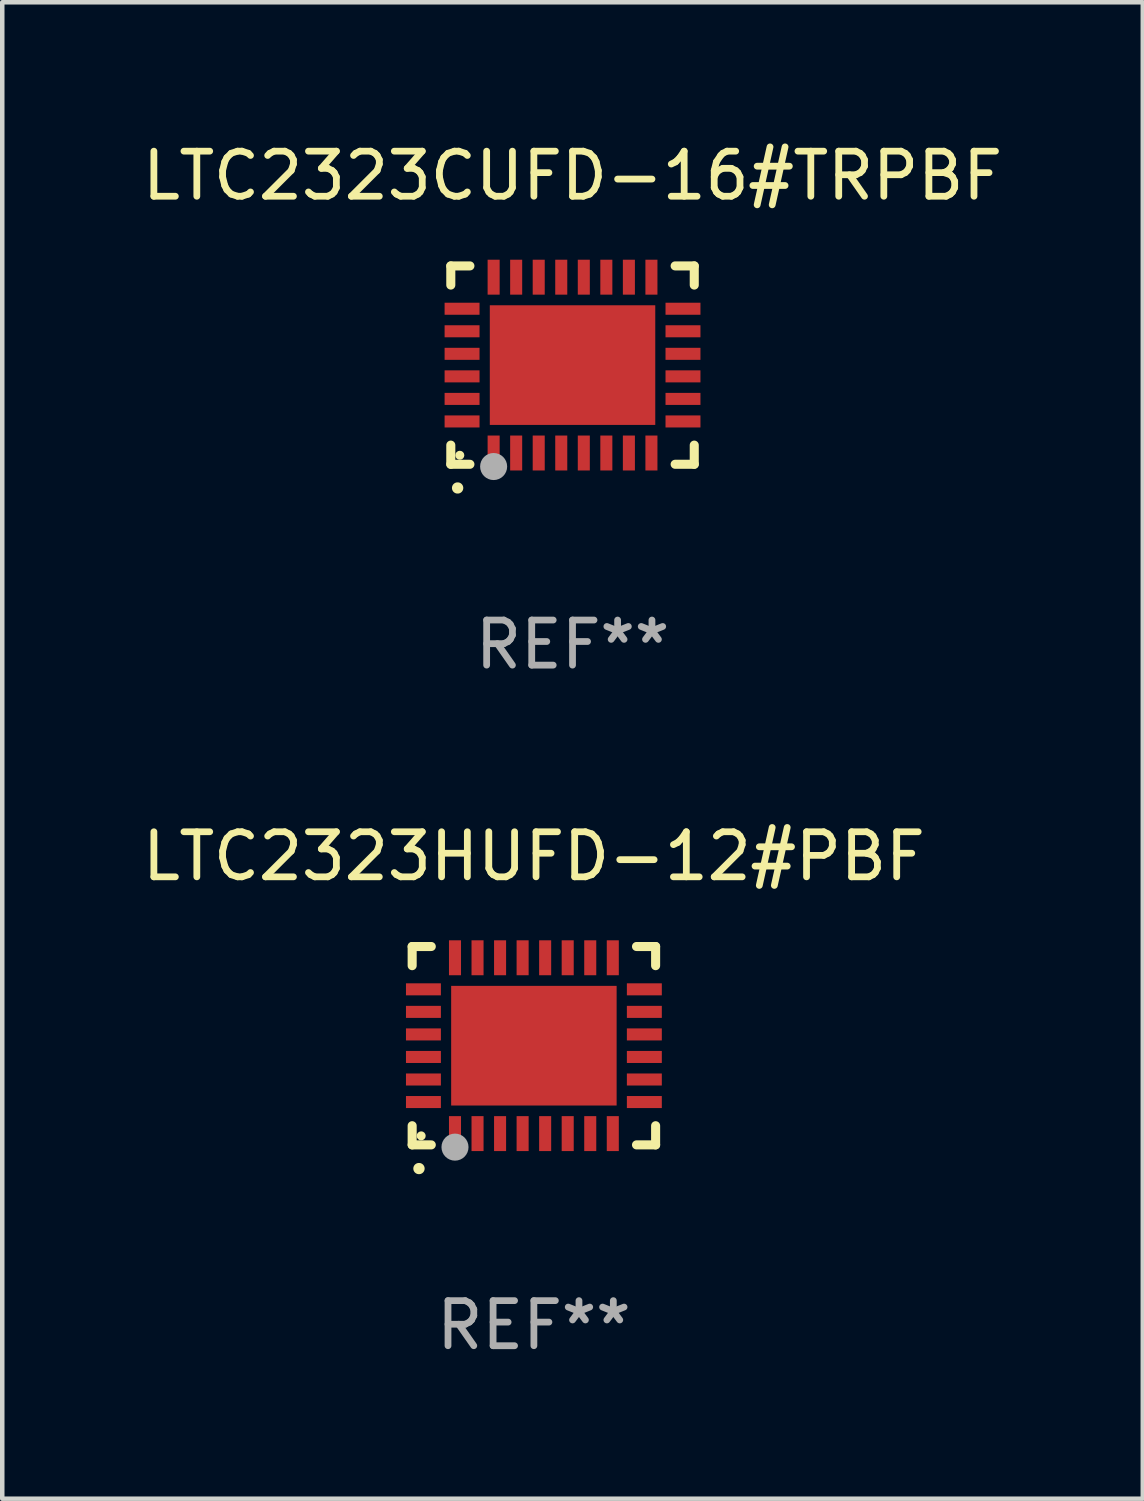
<source format=kicad_pcb>
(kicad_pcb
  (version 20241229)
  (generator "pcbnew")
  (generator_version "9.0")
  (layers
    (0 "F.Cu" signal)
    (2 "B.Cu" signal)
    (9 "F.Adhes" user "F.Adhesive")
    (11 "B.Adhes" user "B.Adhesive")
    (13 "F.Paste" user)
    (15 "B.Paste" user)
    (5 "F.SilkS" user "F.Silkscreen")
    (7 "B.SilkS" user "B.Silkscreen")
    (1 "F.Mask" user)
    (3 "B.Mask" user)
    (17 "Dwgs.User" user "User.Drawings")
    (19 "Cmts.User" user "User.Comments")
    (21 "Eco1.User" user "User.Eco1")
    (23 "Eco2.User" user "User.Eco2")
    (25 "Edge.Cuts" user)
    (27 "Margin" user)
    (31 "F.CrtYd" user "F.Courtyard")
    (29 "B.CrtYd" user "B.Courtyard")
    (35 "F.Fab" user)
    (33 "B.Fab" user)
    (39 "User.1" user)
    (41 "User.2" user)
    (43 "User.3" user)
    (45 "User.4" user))
  (footprint "LTC2323CUFD-16#TRPBF"
    (layer "F.Cu")
    (at 9.649 5.048)
    (property "Reference" "LTC2323CUFD-16#TRPBF" (at 0 -4.2 0) (layer "F.SilkS") (effects (font (size 1 1) (thickness 0.15))))
    (attr through_hole)
    (fp_line (start -2.7 -2.2) (end -2.276 -2.2) (stroke (width 0.201) (type solid)) (layer "F.SilkS"))
    (fp_line (start -2.7 -1.775) (end -2.7 -2.2) (stroke (width 0.201) (type solid)) (layer "F.SilkS"))
    (fp_line (start -2.7 2.2) (end -2.7 1.775) (stroke (width 0.201) (type solid)) (layer "F.SilkS"))
    (fp_line (start -2.276 2.2) (end -2.7 2.2) (stroke (width 0.201) (type solid)) (layer "F.SilkS"))
    (fp_line (start 2.276 2.2) (end 2.7 2.2) (stroke (width 0.201) (type solid)) (layer "F.SilkS"))
    (fp_line (start 2.7 -2.2) (end 2.276 -2.2) (stroke (width 0.201) (type solid)) (layer "F.SilkS"))
    (fp_line (start 2.7 -1.775) (end 2.7 -2.2) (stroke (width 0.201) (type solid)) (layer "F.SilkS"))
    (fp_line (start 2.7 2.2) (end 2.7 1.775) (stroke (width 0.201) (type solid)) (layer "F.SilkS"))
    (fp_arc (start -2.550165 2.725425) (mid -2.548895 2.725419) (end -2.547625 2.725425) (stroke (width 0.24892) (type solid)) (layer "F.SilkS"))
    (fp_circle (center -2.5 2) (end -2.45 2) (stroke (width 0.1) (type solid)) (fill no) (layer "F.SilkS"))
    (fp_circle (center -1.75 2.25) (end -1.6 2.25) (stroke (width 0.3) (type solid)) (fill no) (layer "F.Fab"))
    (fp_text user "REF**" (at 0 6.2 0) (layer "F.Fab") (effects (font (size 1 1) (thickness 0.15))))
    (pad "1" smd rect (at -1.75 1.95) (size 0.267 0.775) (layers "F.Cu" "F.Mask" "F.Paste"))
    (pad "2" smd rect (at -1.25 1.95) (size 0.267 0.775) (layers "F.Cu" "F.Mask" "F.Paste"))
    (pad "3" smd rect (at -0.75 1.95) (size 0.267 0.775) (layers "F.Cu" "F.Mask" "F.Paste"))
    (pad "4" smd rect (at -0.25 1.95) (size 0.267 0.775) (layers "F.Cu" "F.Mask" "F.Paste"))
    (pad "5" smd rect (at 0.25 1.95) (size 0.267 0.775) (layers "F.Cu" "F.Mask" "F.Paste"))
    (pad "6" smd rect (at 0.75 1.95) (size 0.267 0.775) (layers "F.Cu" "F.Mask" "F.Paste"))
    (pad "7" smd rect (at 1.25 1.95) (size 0.267 0.775) (layers "F.Cu" "F.Mask" "F.Paste"))
    (pad "8" smd rect (at 1.75 1.95) (size 0.267 0.775) (layers "F.Cu" "F.Mask" "F.Paste"))
    (pad "9" smd rect (at 2.45 1.25) (size 0.775 0.267) (layers "F.Cu" "F.Mask" "F.Paste"))
    (pad "10" smd rect (at 2.45 0.75) (size 0.775 0.267) (layers "F.Cu" "F.Mask" "F.Paste"))
    (pad "11" smd rect (at 2.45 0.25) (size 0.775 0.267) (layers "F.Cu" "F.Mask" "F.Paste"))
    (pad "12" smd rect (at 2.45 -0.25) (size 0.775 0.267) (layers "F.Cu" "F.Mask" "F.Paste"))
    (pad "13" smd rect (at 2.45 -0.75) (size 0.775 0.267) (layers "F.Cu" "F.Mask" "F.Paste"))
    (pad "14" smd rect (at 2.45 -1.25) (size 0.775 0.267) (layers "F.Cu" "F.Mask" "F.Paste"))
    (pad "15" smd rect (at 1.75 -1.95) (size 0.267 0.775) (layers "F.Cu" "F.Mask" "F.Paste"))
    (pad "16" smd rect (at 1.25 -1.95) (size 0.267 0.775) (layers "F.Cu" "F.Mask" "F.Paste"))
    (pad "17" smd rect (at 0.75 -1.95) (size 0.267 0.775) (layers "F.Cu" "F.Mask" "F.Paste"))
    (pad "18" smd rect (at 0.25 -1.95) (size 0.267 0.775) (layers "F.Cu" "F.Mask" "F.Paste"))
    (pad "19" smd rect (at -0.25 -1.95) (size 0.267 0.775) (layers "F.Cu" "F.Mask" "F.Paste"))
    (pad "20" smd rect (at -0.75 -1.95) (size 0.267 0.775) (layers "F.Cu" "F.Mask" "F.Paste"))
    (pad "21" smd rect (at -1.25 -1.95) (size 0.267 0.775) (layers "F.Cu" "F.Mask" "F.Paste"))
    (pad "22" smd rect (at -1.75 -1.95) (size 0.267 0.775) (layers "F.Cu" "F.Mask" "F.Paste"))
    (pad "23" smd rect (at -2.45 -1.25) (size 0.775 0.267) (layers "F.Cu" "F.Mask" "F.Paste"))
    (pad "24" smd rect (at -2.45 -0.75) (size 0.775 0.267) (layers "F.Cu" "F.Mask" "F.Paste"))
    (pad "25" smd rect (at -2.45 -0.25) (size 0.775 0.267) (layers "F.Cu" "F.Mask" "F.Paste"))
    (pad "26" smd rect (at -2.45 0.25) (size 0.775 0.267) (layers "F.Cu" "F.Mask" "F.Paste"))
    (pad "27" smd rect (at -2.45 0.75) (size 0.775 0.267) (layers "F.Cu" "F.Mask" "F.Paste"))
    (pad "28" smd rect (at -2.45 1.25) (size 0.775 0.267) (layers "F.Cu" "F.Mask" "F.Paste"))
    (pad "29" smd rect (at 0.000127 0.000127) (size 3.67 2.654) (layers "F.Cu" "F.Mask" "F.Paste")))
  (footprint "LTC2323HUFD-12#PBF"
    (layer "F.Cu")
    (at 8.792 20.144)
    (property "Reference" "LTC2323HUFD-12#PBF" (at 0 -4.2 0) (layer "F.SilkS") (effects (font (size 1 1) (thickness 0.15))))
    (attr through_hole)
    (fp_line (start -2.7 -2.2) (end -2.276 -2.2) (stroke (width 0.201) (type solid)) (layer "F.SilkS"))
    (fp_line (start -2.7 -1.775) (end -2.7 -2.2) (stroke (width 0.201) (type solid)) (layer "F.SilkS"))
    (fp_line (start -2.7 2.2) (end -2.7 1.775) (stroke (width 0.201) (type solid)) (layer "F.SilkS"))
    (fp_line (start -2.276 2.2) (end -2.7 2.2) (stroke (width 0.201) (type solid)) (layer "F.SilkS"))
    (fp_line (start 2.276 2.2) (end 2.7 2.2) (stroke (width 0.201) (type solid)) (layer "F.SilkS"))
    (fp_line (start 2.7 -2.2) (end 2.276 -2.2) (stroke (width 0.201) (type solid)) (layer "F.SilkS"))
    (fp_line (start 2.7 -1.775) (end 2.7 -2.2) (stroke (width 0.201) (type solid)) (layer "F.SilkS"))
    (fp_line (start 2.7 2.2) (end 2.7 1.775) (stroke (width 0.201) (type solid)) (layer "F.SilkS"))
    (fp_arc (start -2.550165 2.725425) (mid -2.548895 2.725419) (end -2.547625 2.725425) (stroke (width 0.24892) (type solid)) (layer "F.SilkS"))
    (fp_circle (center -2.5 2) (end -2.45 2) (stroke (width 0.1) (type solid)) (fill no) (layer "F.SilkS"))
    (fp_circle (center -1.75 2.25) (end -1.6 2.25) (stroke (width 0.3) (type solid)) (fill no) (layer "F.Fab"))
    (fp_text user "REF**" (at 0 6.2 0) (layer "F.Fab") (effects (font (size 1 1) (thickness 0.15))))
    (pad "1" smd rect (at -1.75 1.95) (size 0.267 0.775) (layers "F.Cu" "F.Mask" "F.Paste"))
    (pad "2" smd rect (at -1.25 1.95) (size 0.267 0.775) (layers "F.Cu" "F.Mask" "F.Paste"))
    (pad "3" smd rect (at -0.75 1.95) (size 0.267 0.775) (layers "F.Cu" "F.Mask" "F.Paste"))
    (pad "4" smd rect (at -0.25 1.95) (size 0.267 0.775) (layers "F.Cu" "F.Mask" "F.Paste"))
    (pad "5" smd rect (at 0.25 1.95) (size 0.267 0.775) (layers "F.Cu" "F.Mask" "F.Paste"))
    (pad "6" smd rect (at 0.75 1.95) (size 0.267 0.775) (layers "F.Cu" "F.Mask" "F.Paste"))
    (pad "7" smd rect (at 1.25 1.95) (size 0.267 0.775) (layers "F.Cu" "F.Mask" "F.Paste"))
    (pad "8" smd rect (at 1.75 1.95) (size 0.267 0.775) (layers "F.Cu" "F.Mask" "F.Paste"))
    (pad "9" smd rect (at 2.45 1.25) (size 0.775 0.267) (layers "F.Cu" "F.Mask" "F.Paste"))
    (pad "10" smd rect (at 2.45 0.75) (size 0.775 0.267) (layers "F.Cu" "F.Mask" "F.Paste"))
    (pad "11" smd rect (at 2.45 0.25) (size 0.775 0.267) (layers "F.Cu" "F.Mask" "F.Paste"))
    (pad "12" smd rect (at 2.45 -0.25) (size 0.775 0.267) (layers "F.Cu" "F.Mask" "F.Paste"))
    (pad "13" smd rect (at 2.45 -0.75) (size 0.775 0.267) (layers "F.Cu" "F.Mask" "F.Paste"))
    (pad "14" smd rect (at 2.45 -1.25) (size 0.775 0.267) (layers "F.Cu" "F.Mask" "F.Paste"))
    (pad "15" smd rect (at 1.75 -1.95) (size 0.267 0.775) (layers "F.Cu" "F.Mask" "F.Paste"))
    (pad "16" smd rect (at 1.25 -1.95) (size 0.267 0.775) (layers "F.Cu" "F.Mask" "F.Paste"))
    (pad "17" smd rect (at 0.75 -1.95) (size 0.267 0.775) (layers "F.Cu" "F.Mask" "F.Paste"))
    (pad "18" smd rect (at 0.25 -1.95) (size 0.267 0.775) (layers "F.Cu" "F.Mask" "F.Paste"))
    (pad "19" smd rect (at -0.25 -1.95) (size 0.267 0.775) (layers "F.Cu" "F.Mask" "F.Paste"))
    (pad "20" smd rect (at -0.75 -1.95) (size 0.267 0.775) (layers "F.Cu" "F.Mask" "F.Paste"))
    (pad "21" smd rect (at -1.25 -1.95) (size 0.267 0.775) (layers "F.Cu" "F.Mask" "F.Paste"))
    (pad "22" smd rect (at -1.75 -1.95) (size 0.267 0.775) (layers "F.Cu" "F.Mask" "F.Paste"))
    (pad "23" smd rect (at -2.45 -1.25) (size 0.775 0.267) (layers "F.Cu" "F.Mask" "F.Paste"))
    (pad "24" smd rect (at -2.45 -0.75) (size 0.775 0.267) (layers "F.Cu" "F.Mask" "F.Paste"))
    (pad "25" smd rect (at -2.45 -0.25) (size 0.775 0.267) (layers "F.Cu" "F.Mask" "F.Paste"))
    (pad "26" smd rect (at -2.45 0.25) (size 0.775 0.267) (layers "F.Cu" "F.Mask" "F.Paste"))
    (pad "27" smd rect (at -2.45 0.75) (size 0.775 0.267) (layers "F.Cu" "F.Mask" "F.Paste"))
    (pad "28" smd rect (at -2.45 1.25) (size 0.775 0.267) (layers "F.Cu" "F.Mask" "F.Paste"))
    (pad "29" smd rect (at 0.000127 0.000127) (size 3.67 2.654) (layers "F.Cu" "F.Mask" "F.Paste")))
  (gr_rect
    (start -3 -3)
    (end 22.298 30.192)
    (stroke (width 0.1) (type default))
    (fill no)
    (layer "Edge.Cuts")))
</source>
